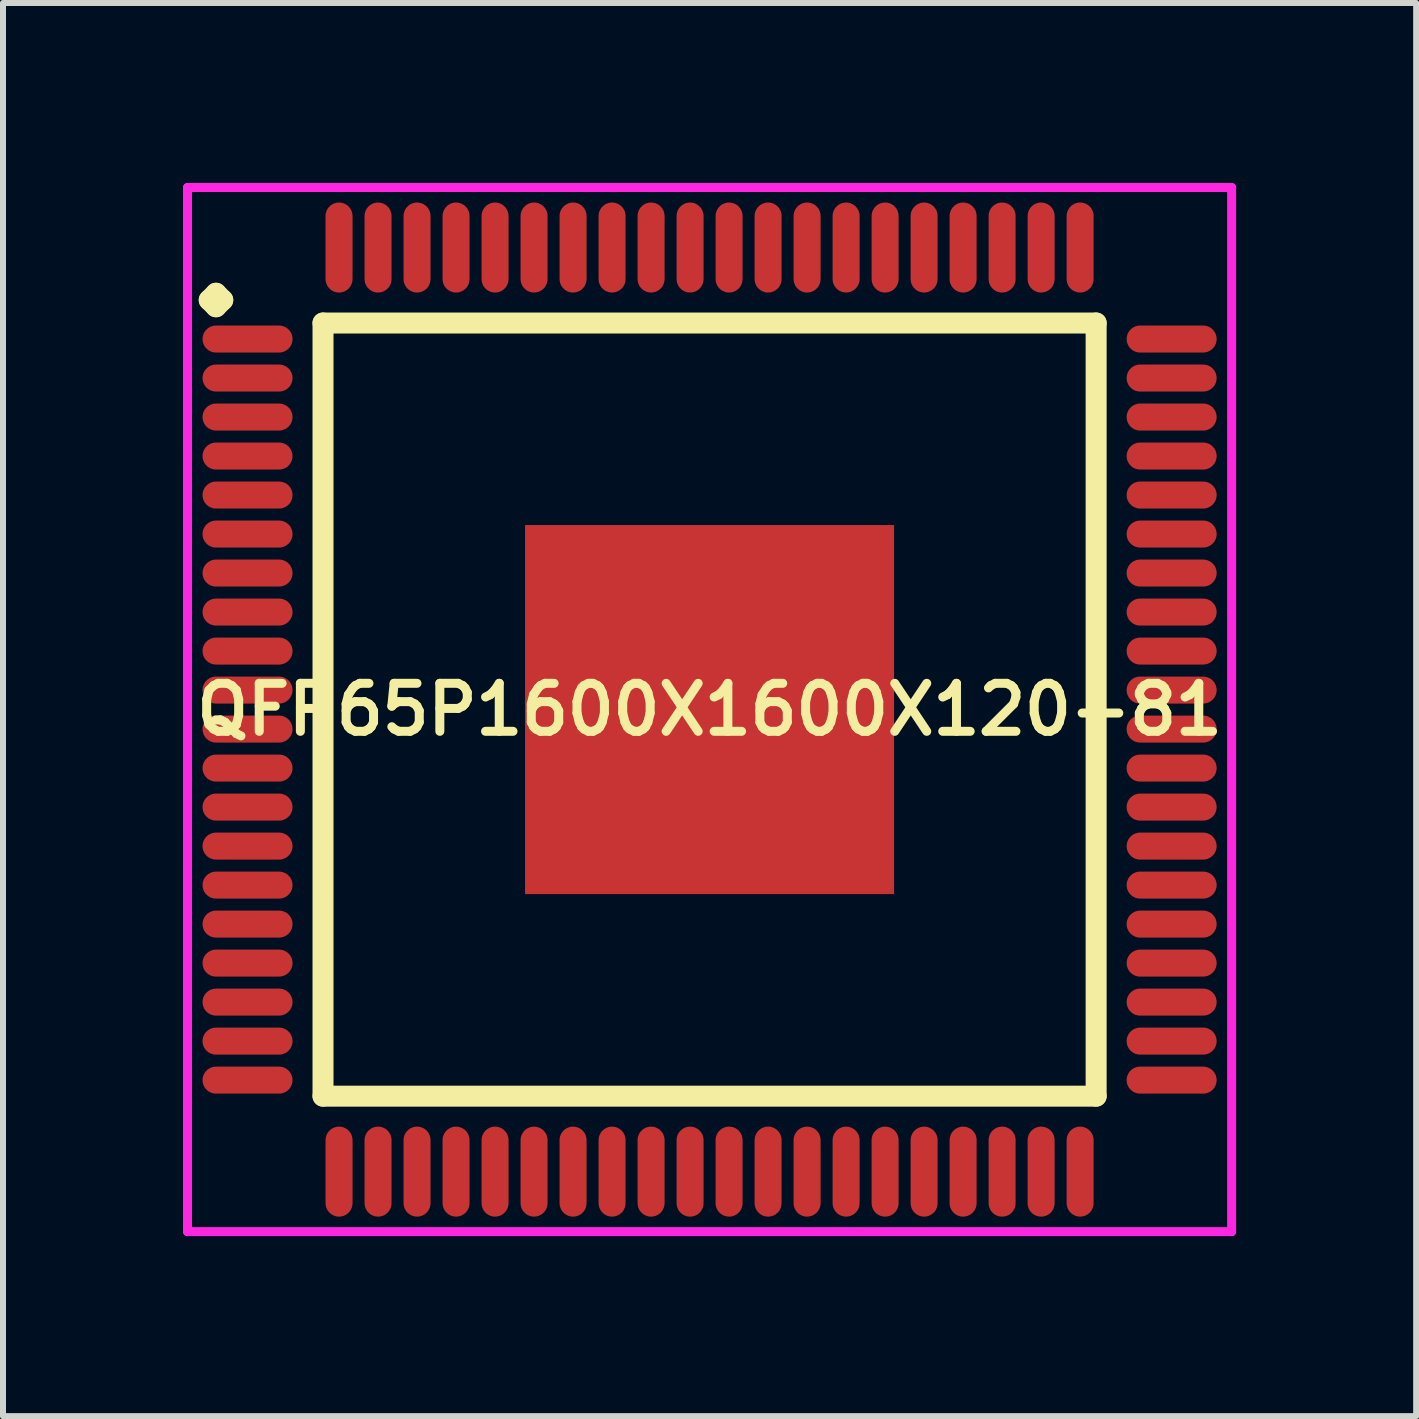
<source format=kicad_pcb>
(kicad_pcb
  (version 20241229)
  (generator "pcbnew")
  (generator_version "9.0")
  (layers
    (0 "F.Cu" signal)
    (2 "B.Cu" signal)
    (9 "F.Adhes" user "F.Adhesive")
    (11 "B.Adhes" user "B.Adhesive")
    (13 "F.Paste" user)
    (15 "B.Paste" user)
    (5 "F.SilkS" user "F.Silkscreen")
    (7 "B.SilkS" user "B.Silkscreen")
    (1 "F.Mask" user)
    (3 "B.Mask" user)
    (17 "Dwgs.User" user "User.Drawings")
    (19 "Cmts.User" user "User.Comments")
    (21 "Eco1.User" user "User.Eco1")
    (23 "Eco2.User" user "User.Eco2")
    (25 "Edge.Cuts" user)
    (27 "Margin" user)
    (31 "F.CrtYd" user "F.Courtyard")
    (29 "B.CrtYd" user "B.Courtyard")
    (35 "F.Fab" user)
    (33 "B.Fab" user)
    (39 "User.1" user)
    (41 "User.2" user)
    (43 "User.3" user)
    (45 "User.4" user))
  (footprint "QFP65P1600X1600X120-81"
    (layer "F.Cu")
    (at 8.775 8.775)
    (property "Reference" "QFP65P1600X1600X120-81" (at 0 0 0) (layer "F.SilkS") (effects (font (size 0.8 0.8) (thickness 0.15))))
    (attr smd)
    (fp_line (start -8.338 -6.825) (end -8.225 -6.938) (stroke (width 0.35) (type solid)) (layer "F.SilkS"))
    (fp_line (start -8.225 -6.938) (end -8.113 -6.825) (stroke (width 0.35) (type solid)) (layer "F.SilkS"))
    (fp_line (start -8.225 -6.713) (end -8.338 -6.825) (stroke (width 0.35) (type solid)) (layer "F.SilkS"))
    (fp_line (start -8.113 -6.825) (end -8.225 -6.713) (stroke (width 0.35) (type solid)) (layer "F.SilkS"))
    (fp_line (start -6.442 -6.442) (end -6.442 6.442) (stroke (width 0.35) (type solid)) (layer "F.SilkS"))
    (fp_line (start -6.442 6.442) (end 6.442 6.442) (stroke (width 0.35) (type solid)) (layer "F.SilkS"))
    (fp_line (start 6.442 -6.442) (end -6.442 -6.442) (stroke (width 0.35) (type solid)) (layer "F.SilkS"))
    (fp_line (start 6.442 6.442) (end 6.442 -6.442) (stroke (width 0.35) (type solid)) (layer "F.SilkS"))
    (fp_line (start -8.7 -8.7) (end 8.7 -8.7) (stroke (width 0.15) (type solid)) (layer "F.CrtYd"))
    (fp_line (start -8.7 8.7) (end -8.7 -8.7) (stroke (width 0.15) (type solid)) (layer "F.CrtYd"))
    (fp_line (start 8.7 -8.7) (end 8.7 8.7) (stroke (width 0.15) (type solid)) (layer "F.CrtYd"))
    (fp_line (start 8.7 8.7) (end -8.7 8.7) (stroke (width 0.15) (type solid)) (layer "F.CrtYd"))
    (pad "1" smd oval (at -7.7 -6.175) (size 1.5 0.45) (layers "F.Cu" "F.Mask" "F.Paste"))
    (pad "2" smd oval (at -7.7 -5.525) (size 1.5 0.45) (layers "F.Cu" "F.Mask" "F.Paste"))
    (pad "3" smd oval (at -7.7 -4.875) (size 1.5 0.45) (layers "F.Cu" "F.Mask" "F.Paste"))
    (pad "4" smd oval (at -7.7 -4.225) (size 1.5 0.45) (layers "F.Cu" "F.Mask" "F.Paste"))
    (pad "5" smd oval (at -7.7 -3.575) (size 1.5 0.45) (layers "F.Cu" "F.Mask" "F.Paste"))
    (pad "6" smd oval (at -7.7 -2.925) (size 1.5 0.45) (layers "F.Cu" "F.Mask" "F.Paste"))
    (pad "7" smd oval (at -7.7 -2.275) (size 1.5 0.45) (layers "F.Cu" "F.Mask" "F.Paste"))
    (pad "8" smd oval (at -7.7 -1.625) (size 1.5 0.45) (layers "F.Cu" "F.Mask" "F.Paste"))
    (pad "9" smd oval (at -7.7 -0.975) (size 1.5 0.45) (layers "F.Cu" "F.Mask" "F.Paste"))
    (pad "10" smd oval (at -7.7 -0.325) (size 1.5 0.45) (layers "F.Cu" "F.Mask" "F.Paste"))
    (pad "11" smd oval (at -7.7 0.325) (size 1.5 0.45) (layers "F.Cu" "F.Mask" "F.Paste"))
    (pad "12" smd oval (at -7.7 0.975) (size 1.5 0.45) (layers "F.Cu" "F.Mask" "F.Paste"))
    (pad "13" smd oval (at -7.7 1.625) (size 1.5 0.45) (layers "F.Cu" "F.Mask" "F.Paste"))
    (pad "14" smd oval (at -7.7 2.275) (size 1.5 0.45) (layers "F.Cu" "F.Mask" "F.Paste"))
    (pad "15" smd oval (at -7.7 2.925) (size 1.5 0.45) (layers "F.Cu" "F.Mask" "F.Paste"))
    (pad "16" smd oval (at -7.7 3.575) (size 1.5 0.45) (layers "F.Cu" "F.Mask" "F.Paste"))
    (pad "17" smd oval (at -7.7 4.225) (size 1.5 0.45) (layers "F.Cu" "F.Mask" "F.Paste"))
    (pad "18" smd oval (at -7.7 4.875) (size 1.5 0.45) (layers "F.Cu" "F.Mask" "F.Paste"))
    (pad "19" smd oval (at -7.7 5.525) (size 1.5 0.45) (layers "F.Cu" "F.Mask" "F.Paste"))
    (pad "20" smd oval (at -7.7 6.175) (size 1.5 0.45) (layers "F.Cu" "F.Mask" "F.Paste"))
    (pad "21" smd oval (at -6.175 7.7) (size 0.45 1.5) (layers "F.Cu" "F.Mask" "F.Paste"))
    (pad "22" smd oval (at -5.525 7.7) (size 0.45 1.5) (layers "F.Cu" "F.Mask" "F.Paste"))
    (pad "23" smd oval (at -4.875 7.7) (size 0.45 1.5) (layers "F.Cu" "F.Mask" "F.Paste"))
    (pad "24" smd oval (at -4.225 7.7) (size 0.45 1.5) (layers "F.Cu" "F.Mask" "F.Paste"))
    (pad "25" smd oval (at -3.575 7.7) (size 0.45 1.5) (layers "F.Cu" "F.Mask" "F.Paste"))
    (pad "26" smd oval (at -2.925 7.7) (size 0.45 1.5) (layers "F.Cu" "F.Mask" "F.Paste"))
    (pad "27" smd oval (at -2.275 7.7) (size 0.45 1.5) (layers "F.Cu" "F.Mask" "F.Paste"))
    (pad "28" smd oval (at -1.625 7.7) (size 0.45 1.5) (layers "F.Cu" "F.Mask" "F.Paste"))
    (pad "29" smd oval (at -0.975 7.7) (size 0.45 1.5) (layers "F.Cu" "F.Mask" "F.Paste"))
    (pad "30" smd oval (at -0.325 7.7) (size 0.45 1.5) (layers "F.Cu" "F.Mask" "F.Paste"))
    (pad "31" smd oval (at 0.325 7.7) (size 0.45 1.5) (layers "F.Cu" "F.Mask" "F.Paste"))
    (pad "32" smd oval (at 0.975 7.7) (size 0.45 1.5) (layers "F.Cu" "F.Mask" "F.Paste"))
    (pad "33" smd oval (at 1.625 7.7) (size 0.45 1.5) (layers "F.Cu" "F.Mask" "F.Paste"))
    (pad "34" smd oval (at 2.275 7.7) (size 0.45 1.5) (layers "F.Cu" "F.Mask" "F.Paste"))
    (pad "35" smd oval (at 2.925 7.7) (size 0.45 1.5) (layers "F.Cu" "F.Mask" "F.Paste"))
    (pad "36" smd oval (at 3.575 7.7) (size 0.45 1.5) (layers "F.Cu" "F.Mask" "F.Paste"))
    (pad "37" smd oval (at 4.225 7.7) (size 0.45 1.5) (layers "F.Cu" "F.Mask" "F.Paste"))
    (pad "38" smd oval (at 4.875 7.7) (size 0.45 1.5) (layers "F.Cu" "F.Mask" "F.Paste"))
    (pad "39" smd oval (at 5.525 7.7) (size 0.45 1.5) (layers "F.Cu" "F.Mask" "F.Paste"))
    (pad "40" smd oval (at 6.175 7.7) (size 0.45 1.5) (layers "F.Cu" "F.Mask" "F.Paste"))
    (pad "41" smd oval (at 7.7 6.175) (size 1.5 0.45) (layers "F.Cu" "F.Mask" "F.Paste"))
    (pad "42" smd oval (at 7.7 5.525) (size 1.5 0.45) (layers "F.Cu" "F.Mask" "F.Paste"))
    (pad "43" smd oval (at 7.7 4.875) (size 1.5 0.45) (layers "F.Cu" "F.Mask" "F.Paste"))
    (pad "44" smd oval (at 7.7 4.225) (size 1.5 0.45) (layers "F.Cu" "F.Mask" "F.Paste"))
    (pad "45" smd oval (at 7.7 3.575) (size 1.5 0.45) (layers "F.Cu" "F.Mask" "F.Paste"))
    (pad "46" smd oval (at 7.7 2.925) (size 1.5 0.45) (layers "F.Cu" "F.Mask" "F.Paste"))
    (pad "47" smd oval (at 7.7 2.275) (size 1.5 0.45) (layers "F.Cu" "F.Mask" "F.Paste"))
    (pad "48" smd oval (at 7.7 1.625) (size 1.5 0.45) (layers "F.Cu" "F.Mask" "F.Paste"))
    (pad "49" smd oval (at 7.7 0.975) (size 1.5 0.45) (layers "F.Cu" "F.Mask" "F.Paste"))
    (pad "50" smd oval (at 7.7 0.325) (size 1.5 0.45) (layers "F.Cu" "F.Mask" "F.Paste"))
    (pad "51" smd oval (at 7.7 -0.325) (size 1.5 0.45) (layers "F.Cu" "F.Mask" "F.Paste"))
    (pad "52" smd oval (at 7.7 -0.975) (size 1.5 0.45) (layers "F.Cu" "F.Mask" "F.Paste"))
    (pad "53" smd oval (at 7.7 -1.625) (size 1.5 0.45) (layers "F.Cu" "F.Mask" "F.Paste"))
    (pad "54" smd oval (at 7.7 -2.275) (size 1.5 0.45) (layers "F.Cu" "F.Mask" "F.Paste"))
    (pad "55" smd oval (at 7.7 -2.925) (size 1.5 0.45) (layers "F.Cu" "F.Mask" "F.Paste"))
    (pad "56" smd oval (at 7.7 -3.575) (size 1.5 0.45) (layers "F.Cu" "F.Mask" "F.Paste"))
    (pad "57" smd oval (at 7.7 -4.225) (size 1.5 0.45) (layers "F.Cu" "F.Mask" "F.Paste"))
    (pad "58" smd oval (at 7.7 -4.875) (size 1.5 0.45) (layers "F.Cu" "F.Mask" "F.Paste"))
    (pad "59" smd oval (at 7.7 -5.525) (size 1.5 0.45) (layers "F.Cu" "F.Mask" "F.Paste"))
    (pad "60" smd oval (at 7.7 -6.175) (size 1.5 0.45) (layers "F.Cu" "F.Mask" "F.Paste"))
    (pad "61" smd oval (at 6.175 -7.7) (size 0.45 1.5) (layers "F.Cu" "F.Mask" "F.Paste"))
    (pad "62" smd oval (at 5.525 -7.7) (size 0.45 1.5) (layers "F.Cu" "F.Mask" "F.Paste"))
    (pad "63" smd oval (at 4.875 -7.7) (size 0.45 1.5) (layers "F.Cu" "F.Mask" "F.Paste"))
    (pad "64" smd oval (at 4.225 -7.7) (size 0.45 1.5) (layers "F.Cu" "F.Mask" "F.Paste"))
    (pad "65" smd oval (at 3.575 -7.7) (size 0.45 1.5) (layers "F.Cu" "F.Mask" "F.Paste"))
    (pad "66" smd oval (at 2.925 -7.7) (size 0.45 1.5) (layers "F.Cu" "F.Mask" "F.Paste"))
    (pad "67" smd oval (at 2.275 -7.7) (size 0.45 1.5) (layers "F.Cu" "F.Mask" "F.Paste"))
    (pad "68" smd oval (at 1.625 -7.7) (size 0.45 1.5) (layers "F.Cu" "F.Mask" "F.Paste"))
    (pad "69" smd oval (at 0.975 -7.7) (size 0.45 1.5) (layers "F.Cu" "F.Mask" "F.Paste"))
    (pad "70" smd oval (at 0.325 -7.7) (size 0.45 1.5) (layers "F.Cu" "F.Mask" "F.Paste"))
    (pad "71" smd oval (at -0.325 -7.7) (size 0.45 1.5) (layers "F.Cu" "F.Mask" "F.Paste"))
    (pad "72" smd oval (at -0.975 -7.7) (size 0.45 1.5) (layers "F.Cu" "F.Mask" "F.Paste"))
    (pad "73" smd oval (at -1.625 -7.7) (size 0.45 1.5) (layers "F.Cu" "F.Mask" "F.Paste"))
    (pad "74" smd oval (at -2.275 -7.7) (size 0.45 1.5) (layers "F.Cu" "F.Mask" "F.Paste"))
    (pad "75" smd oval (at -2.925 -7.7) (size 0.45 1.5) (layers "F.Cu" "F.Mask" "F.Paste"))
    (pad "76" smd oval (at -3.575 -7.7) (size 0.45 1.5) (layers "F.Cu" "F.Mask" "F.Paste"))
    (pad "77" smd oval (at -4.225 -7.7) (size 0.45 1.5) (layers "F.Cu" "F.Mask" "F.Paste"))
    (pad "78" smd oval (at -4.875 -7.7) (size 0.45 1.5) (layers "F.Cu" "F.Mask" "F.Paste"))
    (pad "79" smd oval (at -5.525 -7.7) (size 0.45 1.5) (layers "F.Cu" "F.Mask" "F.Paste"))
    (pad "80" smd oval (at -6.175 -7.7) (size 0.45 1.5) (layers "F.Cu" "F.Mask" "F.Paste"))
    (pad "81" smd rect (at 0 0) (size 6.15 6.15) (layers "F.Cu" "F.Mask" "F.Paste")))
  (gr_rect
    (start -3 -3)
    (end 20.55 20.55)
    (stroke (width 0.1) (type default))
    (fill no)
    (layer "Edge.Cuts")))
</source>
